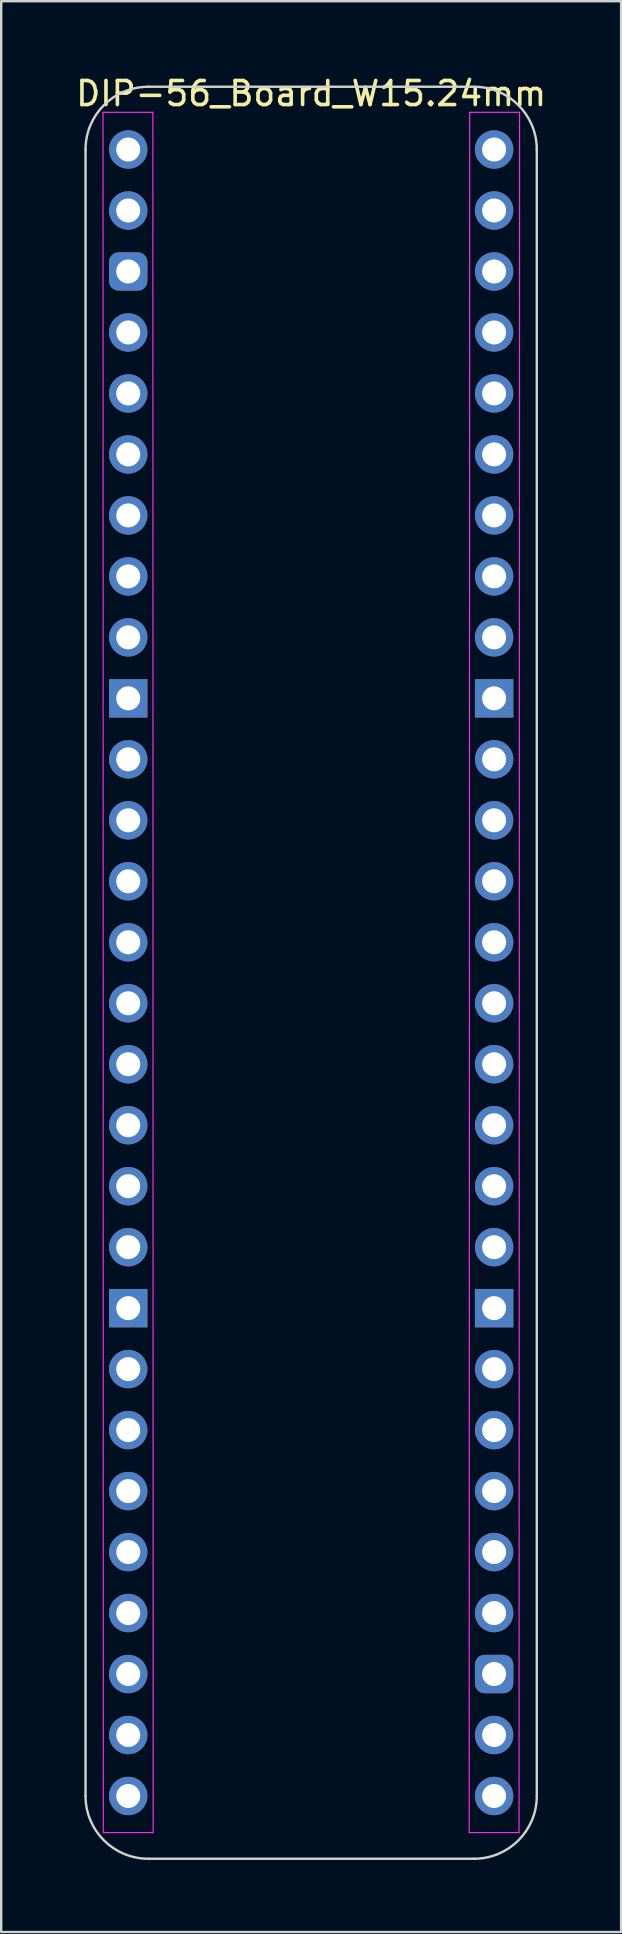
<source format=kicad_pcb>
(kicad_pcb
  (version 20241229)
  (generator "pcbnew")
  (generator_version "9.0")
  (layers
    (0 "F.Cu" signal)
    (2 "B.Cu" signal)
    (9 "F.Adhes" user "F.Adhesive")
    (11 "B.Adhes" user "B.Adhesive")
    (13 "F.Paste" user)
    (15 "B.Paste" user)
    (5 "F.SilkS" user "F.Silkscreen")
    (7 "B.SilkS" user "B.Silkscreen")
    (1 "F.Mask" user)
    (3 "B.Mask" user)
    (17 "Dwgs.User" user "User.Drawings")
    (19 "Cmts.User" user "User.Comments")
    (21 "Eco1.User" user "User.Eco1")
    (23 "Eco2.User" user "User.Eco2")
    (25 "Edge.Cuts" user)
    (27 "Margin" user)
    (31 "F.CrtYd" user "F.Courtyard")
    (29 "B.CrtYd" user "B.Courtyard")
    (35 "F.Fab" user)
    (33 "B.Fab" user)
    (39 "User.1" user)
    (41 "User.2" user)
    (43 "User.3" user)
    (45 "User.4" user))
  (footprint "DIP-56_Board_W15.24mm"
    (layer "F.Cu")
    (at 2.291 3.178)
    (property "Reference" "DIP-56_Board_W15.24mm" (at 7.62 -2.33 0) (layer "F.SilkS") (effects (font (size 1 1) (thickness 0.15))))
    (attr through_hole)
    (fp_line (start -1.778 68.58) (end -1.778 0) (stroke (width 0.1) (type solid)) (layer "Edge.Cuts"))
    (fp_line (start 0.836 -2.614) (end 14.404 -2.614) (stroke (width 0.1) (type solid)) (layer "Edge.Cuts"))
    (fp_line (start 14.404 71.194) (end 0.836 71.194) (stroke (width 0.1) (type solid)) (layer "Edge.Cuts"))
    (fp_line (start 17.018 68.58) (end 17.018 -0.000001) (stroke (width 0.1) (type solid)) (layer "Edge.Cuts"))
    (fp_arc (start -1.778 0) (mid -1.012456 -1.848188) (end 0.835732 -2.613732) (stroke (width 0.1) (type solid)) (layer "Edge.Cuts"))
    (fp_arc (start 0.835733 71.193733) (mid -1.012456 70.428189) (end -1.778 68.58) (stroke (width 0.1) (type solid)) (layer "Edge.Cuts"))
    (fp_arc (start 14.404267 -2.613733) (mid 16.252455 -1.848189) (end 17.017999 -0.000001) (stroke (width 0.1) (type solid)) (layer "Edge.Cuts"))
    (fp_arc (start 17.018 68.58) (mid 16.252455 70.428187) (end 14.404268 71.193732) (stroke (width 0.1) (type solid)) (layer "Edge.Cuts"))
    (fp_line (start -1.05 -1.55) (end -1.038 70.104) (stroke (width 0.05) (type solid)) (layer "F.CrtYd"))
    (fp_line (start -1.038 70.104) (end 1.038 70.104) (stroke (width 0.05) (type solid)) (layer "F.CrtYd"))
    (fp_line (start 1.026 -1.55) (end -1.05 -1.55) (stroke (width 0.05) (type solid)) (layer "F.CrtYd"))
    (fp_line (start 1.038 70.104) (end 1.026 -1.55) (stroke (width 0.05) (type solid)) (layer "F.CrtYd"))
    (fp_line (start 14.202 70.104) (end 14.224 -1.55) (stroke (width 0.05) (type solid)) (layer "F.CrtYd"))
    (fp_line (start 14.202 70.104) (end 16.278 70.104) (stroke (width 0.05) (type solid)) (layer "F.CrtYd"))
    (fp_line (start 16.278 70.104) (end 16.3 -1.55) (stroke (width 0.05) (type solid)) (layer "F.CrtYd"))
    (fp_line (start 16.3 -1.55) (end 14.224 -1.55) (stroke (width 0.05) (type solid)) (layer "F.CrtYd"))
    (pad "1" thru_hole circle (at 0 0) (size 1.6 1.6) (drill 1) (layers "*.Cu" "*.Mask"))
    (pad "2" thru_hole oval (at 0 2.54) (size 1.6 1.6) (drill 1) (layers "*.Cu" "*.Mask"))
    (pad "3" thru_hole roundrect (at 0 5.08) (size 1.6 1.6) (drill 1) (layers "*.Cu" "*.Mask") (roundrect_rratio 0.25))
    (pad "4" thru_hole oval (at 0 7.62) (size 1.6 1.6) (drill 1) (layers "*.Cu" "*.Mask"))
    (pad "5" thru_hole oval (at 0 10.16) (size 1.6 1.6) (drill 1) (layers "*.Cu" "*.Mask"))
    (pad "6" thru_hole oval (at 0 12.7) (size 1.6 1.6) (drill 1) (layers "*.Cu" "*.Mask"))
    (pad "7" thru_hole oval (at 0 15.24) (size 1.6 1.6) (drill 1) (layers "*.Cu" "*.Mask"))
    (pad "8" thru_hole oval (at 0 17.78) (size 1.6 1.6) (drill 1) (layers "*.Cu" "*.Mask"))
    (pad "9" thru_hole oval (at 0 20.32) (size 1.6 1.6) (drill 1) (layers "*.Cu" "*.Mask"))
    (pad "10" thru_hole rect (at 0 22.86) (size 1.6 1.6) (drill 1) (layers "*.Cu" "*.Mask"))
    (pad "11" thru_hole circle (at 0 25.4) (size 1.6 1.6) (drill 1) (layers "*.Cu" "*.Mask"))
    (pad "12" thru_hole oval (at 0 27.94) (size 1.6 1.6) (drill 1) (layers "*.Cu" "*.Mask"))
    (pad "13" thru_hole oval (at 0 30.48) (size 1.6 1.6) (drill 1) (layers "*.Cu" "*.Mask"))
    (pad "14" thru_hole oval (at 0 33.02) (size 1.6 1.6) (drill 1) (layers "*.Cu" "*.Mask"))
    (pad "15" thru_hole oval (at 0 35.56) (size 1.6 1.6) (drill 1) (layers "*.Cu" "*.Mask"))
    (pad "16" thru_hole oval (at 0 38.1) (size 1.6 1.6) (drill 1) (layers "*.Cu" "*.Mask"))
    (pad "17" thru_hole oval (at 0 40.64) (size 1.6 1.6) (drill 1) (layers "*.Cu" "*.Mask"))
    (pad "18" thru_hole oval (at 0 43.18) (size 1.6 1.6) (drill 1) (layers "*.Cu" "*.Mask"))
    (pad "19" thru_hole circle (at 0 45.72) (size 1.6 1.6) (drill 1) (layers "*.Cu" "*.Mask"))
    (pad "20" thru_hole rect (at 0 48.26) (size 1.6 1.6) (drill 1) (layers "*.Cu" "*.Mask"))
    (pad "21" thru_hole oval (at 0 50.8) (size 1.6 1.6) (drill 1) (layers "*.Cu" "*.Mask"))
    (pad "22" thru_hole oval (at 0 53.34) (size 1.6 1.6) (drill 1) (layers "*.Cu" "*.Mask"))
    (pad "23" thru_hole oval (at 0 55.88) (size 1.6 1.6) (drill 1) (layers "*.Cu" "*.Mask"))
    (pad "24" thru_hole oval (at 0 58.42) (size 1.6 1.6) (drill 1) (layers "*.Cu" "*.Mask"))
    (pad "25" thru_hole oval (at 0 60.96) (size 1.6 1.6) (drill 1) (layers "*.Cu" "*.Mask"))
    (pad "26" thru_hole oval (at 0 63.5) (size 1.6 1.6) (drill 1) (layers "*.Cu" "*.Mask"))
    (pad "27" thru_hole oval (at 0 66.04) (size 1.6 1.6) (drill 1) (layers "*.Cu" "*.Mask"))
    (pad "28" thru_hole oval (at 0 68.58) (size 1.6 1.6) (drill 1) (layers "*.Cu" "*.Mask"))
    (pad "29" thru_hole oval (at 15.24 68.58) (size 1.6 1.6) (drill 1) (layers "*.Cu" "*.Mask"))
    (pad "30" thru_hole oval (at 15.24 66.04) (size 1.6 1.6) (drill 1) (layers "*.Cu" "*.Mask"))
    (pad "31" thru_hole roundrect (at 15.24 63.5) (size 1.6 1.6) (drill 1) (layers "*.Cu" "*.Mask") (roundrect_rratio 0.25))
    (pad "32" thru_hole oval (at 15.24 60.96) (size 1.6 1.6) (drill 1) (layers "*.Cu" "*.Mask"))
    (pad "33" thru_hole oval (at 15.24 58.42) (size 1.6 1.6) (drill 1) (layers "*.Cu" "*.Mask"))
    (pad "34" thru_hole oval (at 15.24 55.88) (size 1.6 1.6) (drill 1) (layers "*.Cu" "*.Mask"))
    (pad "35" thru_hole oval (at 15.24 53.34) (size 1.6 1.6) (drill 1) (layers "*.Cu" "*.Mask"))
    (pad "36" thru_hole oval (at 15.24 50.8) (size 1.6 1.6) (drill 1) (layers "*.Cu" "*.Mask"))
    (pad "37" thru_hole rect (at 15.24 48.26) (size 1.6 1.6) (drill 1) (layers "*.Cu" "*.Mask"))
    (pad "38" thru_hole circle (at 15.24 45.72) (size 1.6 1.6) (drill 1) (layers "*.Cu" "*.Mask"))
    (pad "39" thru_hole oval (at 15.24 43.18) (size 1.6 1.6) (drill 1) (layers "*.Cu" "*.Mask"))
    (pad "40" thru_hole oval (at 15.24 40.64) (size 1.6 1.6) (drill 1) (layers "*.Cu" "*.Mask"))
    (pad "41" thru_hole oval (at 15.24 38.1) (size 1.6 1.6) (drill 1) (layers "*.Cu" "*.Mask"))
    (pad "42" thru_hole oval (at 15.24 35.56) (size 1.6 1.6) (drill 1) (layers "*.Cu" "*.Mask"))
    (pad "43" thru_hole oval (at 15.24 33.02) (size 1.6 1.6) (drill 1) (layers "*.Cu" "*.Mask"))
    (pad "44" thru_hole oval (at 15.24 30.48) (size 1.6 1.6) (drill 1) (layers "*.Cu" "*.Mask"))
    (pad "45" thru_hole oval (at 15.24 27.94) (size 1.6 1.6) (drill 1) (layers "*.Cu" "*.Mask"))
    (pad "46" thru_hole circle (at 15.24 25.4) (size 1.6 1.6) (drill 1) (layers "*.Cu" "*.Mask"))
    (pad "47" thru_hole rect (at 15.24 22.86) (size 1.6 1.6) (drill 1) (layers "*.Cu" "*.Mask"))
    (pad "48" thru_hole oval (at 15.24 20.32) (size 1.6 1.6) (drill 1) (layers "*.Cu" "*.Mask"))
    (pad "49" thru_hole oval (at 15.24 17.78) (size 1.6 1.6) (drill 1) (layers "*.Cu" "*.Mask"))
    (pad "50" thru_hole oval (at 15.24 15.24) (size 1.6 1.6) (drill 1) (layers "*.Cu" "*.Mask"))
    (pad "51" thru_hole oval (at 15.24 12.7) (size 1.6 1.6) (drill 1) (layers "*.Cu" "*.Mask"))
    (pad "52" thru_hole oval (at 15.24 10.16) (size 1.6 1.6) (drill 1) (layers "*.Cu" "*.Mask"))
    (pad "53" thru_hole oval (at 15.24 7.62) (size 1.6 1.6) (drill 1) (layers "*.Cu" "*.Mask"))
    (pad "54" thru_hole oval (at 15.24 5.08) (size 1.6 1.6) (drill 1) (layers "*.Cu" "*.Mask"))
    (pad "55" thru_hole oval (at 15.24 2.54) (size 1.6 1.6) (drill 1) (layers "*.Cu" "*.Mask"))
    (pad "56" thru_hole oval (at 15.24 0) (size 1.6 1.6) (drill 1) (layers "*.Cu" "*.Mask")))
  (gr_rect
    (start -3 -3)
    (end 22.821 77.422)
    (stroke (width 0.1) (type default))
    (fill no)
    (layer "Edge.Cuts")))
</source>
